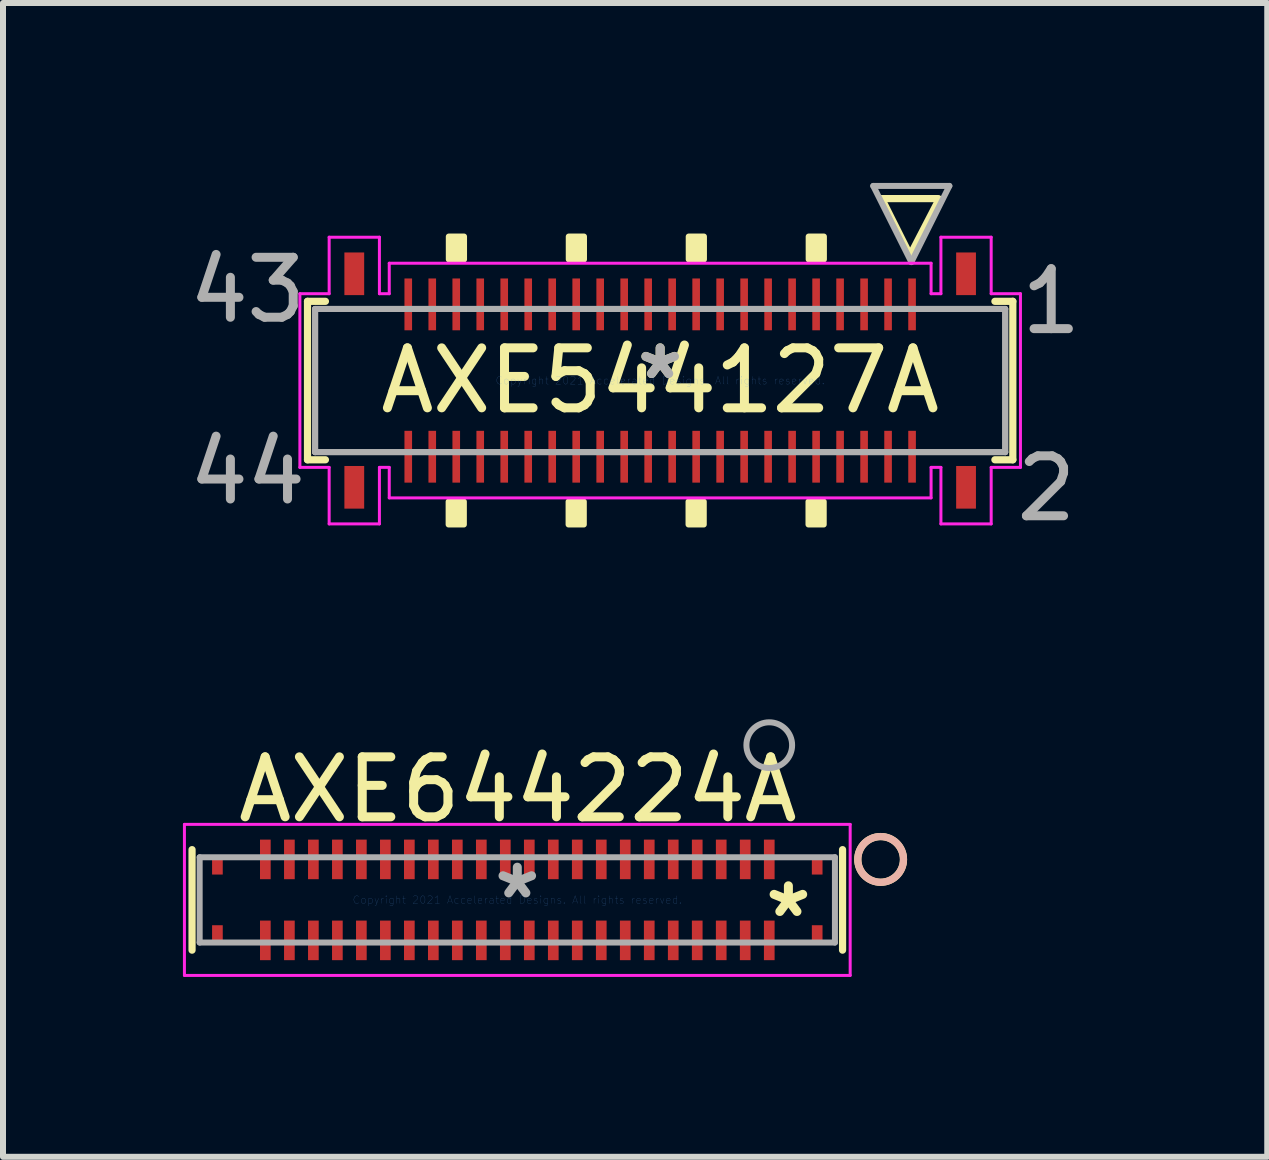
<source format=kicad_pcb>
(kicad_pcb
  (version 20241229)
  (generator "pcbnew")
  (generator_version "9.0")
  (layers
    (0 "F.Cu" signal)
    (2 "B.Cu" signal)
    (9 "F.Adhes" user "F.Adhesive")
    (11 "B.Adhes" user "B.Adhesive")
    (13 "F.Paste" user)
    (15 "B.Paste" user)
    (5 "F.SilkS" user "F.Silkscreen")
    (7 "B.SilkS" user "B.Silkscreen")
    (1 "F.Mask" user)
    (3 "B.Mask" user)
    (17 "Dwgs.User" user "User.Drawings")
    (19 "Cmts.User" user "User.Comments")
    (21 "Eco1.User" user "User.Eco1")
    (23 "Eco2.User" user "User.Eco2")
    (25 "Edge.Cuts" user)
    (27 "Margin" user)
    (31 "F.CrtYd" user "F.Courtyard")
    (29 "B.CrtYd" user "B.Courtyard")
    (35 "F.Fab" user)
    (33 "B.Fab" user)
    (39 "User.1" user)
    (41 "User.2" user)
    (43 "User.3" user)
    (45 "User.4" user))
  (footprint "AXE544127A"
    (layer "F.Cu")
    (at 7.957 3.295)
    (property "Reference" "AXE544127A" (at 0 0 0) (layer "F.SilkS") (effects (font (size 1 1) (thickness 0.15))))
    (attr through_hole)
    (fp_line (start -5.88 -1.321) (end -5.88 1.321) (stroke (width 0.12) (type solid)) (layer "F.SilkS"))
    (fp_line (start -5.88 1.321) (end -5.581 1.321) (stroke (width 0.12) (type solid)) (layer "F.SilkS"))
    (fp_line (start -5.581 -1.321) (end -5.88 -1.321) (stroke (width 0.12) (type solid)) (layer "F.SilkS"))
    (fp_line (start 3.692 -3.034) (end 4.167 -2.087) (stroke (width 0.12) (type solid)) (layer "F.SilkS"))
    (fp_line (start 4.167 -2.087) (end 4.652 -3.024) (stroke (width 0.12) (type solid)) (layer "F.SilkS"))
    (fp_line (start 4.632 -3.034) (end 3.692 -3.034) (stroke (width 0.12) (type solid)) (layer "F.SilkS"))
    (fp_line (start 5.581 1.321) (end 5.88 1.321) (stroke (width 0.12) (type solid)) (layer "F.SilkS"))
    (fp_line (start 5.88 -1.321) (end 5.581 -1.321) (stroke (width 0.12) (type solid)) (layer "F.SilkS"))
    (fp_line (start 5.88 1.321) (end 5.88 -1.321) (stroke (width 0.12) (type solid)) (layer "F.SilkS"))
    (fp_poly (pts (xy -3.527 2.019) (xy -3.527 2.4) (xy -3.273 2.4) (xy -3.273 2.019)) (stroke (width 0.1) (type solid)) (fill yes) (layer "F.SilkS"))
    (fp_poly (pts (xy -3.524 -2.401) (xy -3.524 -2.02) (xy -3.27 -2.02) (xy -3.27 -2.401)) (stroke (width 0.1) (type solid)) (fill yes) (layer "F.SilkS"))
    (fp_poly (pts (xy -1.527 2.019) (xy -1.527 2.4) (xy -1.273 2.4) (xy -1.273 2.019)) (stroke (width 0.1) (type solid)) (fill yes) (layer "F.SilkS"))
    (fp_poly (pts (xy -1.524 -2.401) (xy -1.524 -2.02) (xy -1.27 -2.02) (xy -1.27 -2.401)) (stroke (width 0.1) (type solid)) (fill yes) (layer "F.SilkS"))
    (fp_poly (pts (xy 0.473 2.019) (xy 0.473 2.4) (xy 0.727 2.4) (xy 0.727 2.019)) (stroke (width 0.1) (type solid)) (fill yes) (layer "F.SilkS"))
    (fp_poly (pts (xy 0.476 -2.401) (xy 0.476 -2.02) (xy 0.73 -2.02) (xy 0.73 -2.401)) (stroke (width 0.1) (type solid)) (fill yes) (layer "F.SilkS"))
    (fp_poly (pts (xy 2.473 2.019) (xy 2.473 2.4) (xy 2.727 2.4) (xy 2.727 2.019)) (stroke (width 0.1) (type solid)) (fill yes) (layer "F.SilkS"))
    (fp_poly (pts (xy 2.476 -2.401) (xy 2.476 -2.02) (xy 2.73 -2.02) (xy 2.73 -2.401)) (stroke (width 0.1) (type solid)) (fill yes) (layer "F.SilkS"))
    (fp_line (start -6.007 -1.448) (end -6.007 1.448) (stroke (width 0.05) (type solid)) (layer "F.CrtYd"))
    (fp_line (start -6.007 1.448) (end -5.519 1.448) (stroke (width 0.05) (type solid)) (layer "F.CrtYd"))
    (fp_line (start -5.519 -2.39) (end -5.519 -1.448) (stroke (width 0.05) (type solid)) (layer "F.CrtYd"))
    (fp_line (start -5.519 -1.448) (end -6.007 -1.448) (stroke (width 0.05) (type solid)) (layer "F.CrtYd"))
    (fp_line (start -5.519 1.448) (end -5.519 2.39) (stroke (width 0.05) (type solid)) (layer "F.CrtYd"))
    (fp_line (start -5.519 2.39) (end -4.681 2.39) (stroke (width 0.05) (type solid)) (layer "F.CrtYd"))
    (fp_line (start -4.681 -2.39) (end -5.519 -2.39) (stroke (width 0.05) (type solid)) (layer "F.CrtYd"))
    (fp_line (start -4.681 -1.448) (end -4.681 -2.39) (stroke (width 0.05) (type solid)) (layer "F.CrtYd"))
    (fp_line (start -4.681 1.448) (end -4.517 1.448) (stroke (width 0.05) (type solid)) (layer "F.CrtYd"))
    (fp_line (start -4.681 2.39) (end -4.681 1.448) (stroke (width 0.05) (type solid)) (layer "F.CrtYd"))
    (fp_line (start -4.517 -1.956) (end -4.517 -1.448) (stroke (width 0.05) (type solid)) (layer "F.CrtYd"))
    (fp_line (start -4.517 -1.448) (end -4.681 -1.448) (stroke (width 0.05) (type solid)) (layer "F.CrtYd"))
    (fp_line (start -4.517 1.448) (end -4.517 1.956) (stroke (width 0.05) (type solid)) (layer "F.CrtYd"))
    (fp_line (start -4.517 1.956) (end 4.517 1.956) (stroke (width 0.05) (type solid)) (layer "F.CrtYd"))
    (fp_line (start 4.517 -1.956) (end -4.517 -1.956) (stroke (width 0.05) (type solid)) (layer "F.CrtYd"))
    (fp_line (start 4.517 -1.448) (end 4.517 -1.956) (stroke (width 0.05) (type solid)) (layer "F.CrtYd"))
    (fp_line (start 4.517 1.448) (end 4.681 1.448) (stroke (width 0.05) (type solid)) (layer "F.CrtYd"))
    (fp_line (start 4.517 1.956) (end 4.517 1.448) (stroke (width 0.05) (type solid)) (layer "F.CrtYd"))
    (fp_line (start 4.681 -2.39) (end 4.681 -1.448) (stroke (width 0.05) (type solid)) (layer "F.CrtYd"))
    (fp_line (start 4.681 -1.448) (end 4.517 -1.448) (stroke (width 0.05) (type solid)) (layer "F.CrtYd"))
    (fp_line (start 4.681 1.448) (end 4.681 2.39) (stroke (width 0.05) (type solid)) (layer "F.CrtYd"))
    (fp_line (start 4.681 2.39) (end 5.519 2.39) (stroke (width 0.05) (type solid)) (layer "F.CrtYd"))
    (fp_line (start 5.519 -2.39) (end 4.681 -2.39) (stroke (width 0.05) (type solid)) (layer "F.CrtYd"))
    (fp_line (start 5.519 -1.448) (end 5.519 -2.39) (stroke (width 0.05) (type solid)) (layer "F.CrtYd"))
    (fp_line (start 5.519 1.448) (end 6.007 1.448) (stroke (width 0.05) (type solid)) (layer "F.CrtYd"))
    (fp_line (start 5.519 2.39) (end 5.519 1.448) (stroke (width 0.05) (type solid)) (layer "F.CrtYd"))
    (fp_line (start 6.007 -1.448) (end 5.519 -1.448) (stroke (width 0.05) (type solid)) (layer "F.CrtYd"))
    (fp_line (start 6.007 1.448) (end 6.007 -1.448) (stroke (width 0.05) (type solid)) (layer "F.CrtYd"))
    (fp_line (start -5.753 -1.194) (end -5.753 1.194) (stroke (width 0.1) (type solid)) (layer "F.Fab"))
    (fp_line (start -5.753 -1.194) (end -5.753 1.194) (stroke (width 0.1) (type solid)) (layer "F.Fab"))
    (fp_line (start -5.753 1.194) (end 5.753 1.194) (stroke (width 0.1) (type solid)) (layer "F.Fab"))
    (fp_line (start -5.753 1.194) (end 5.753 1.194) (stroke (width 0.1) (type solid)) (layer "F.Fab"))
    (fp_line (start 3.553 -3.245) (end 4.188 -1.975) (stroke (width 0.1) (type solid)) (layer "F.Fab"))
    (fp_line (start 4.188 -1.975) (end 4.822 -3.245) (stroke (width 0.1) (type solid)) (layer "F.Fab"))
    (fp_line (start 4.822 -3.245) (end 3.553 -3.245) (stroke (width 0.1) (type solid)) (layer "F.Fab"))
    (fp_line (start 5.753 -1.194) (end -5.753 -1.194) (stroke (width 0.1) (type solid)) (layer "F.Fab"))
    (fp_line (start 5.753 -1.194) (end -5.753 -1.194) (stroke (width 0.1) (type solid)) (layer "F.Fab"))
    (fp_line (start 5.753 1.194) (end 5.753 -1.194) (stroke (width 0.1) (type solid)) (layer "F.Fab"))
    (fp_line (start 5.753 1.194) (end 5.753 -1.194) (stroke (width 0.1) (type solid)) (layer "F.Fab"))
    (fp_text user "*" (at 0 0 0) (layer "F.SilkS") (effects (font (size 1 1) (thickness 0.15))))
    (fp_text user "Copyright 2021 Accelerated Designs. All rights reserved." (at 0 0 0) (layer "Cmts.User") (effects (font (size 0.127 0.127) (thickness 0.002))))
    (fp_text user "43" (at -6.88 -1.51 0) (layer "F.Fab") (effects (font (size 1 1) (thickness 0.15))))
    (fp_text user "44" (at -6.88 1.52 0) (layer "F.Fab") (effects (font (size 1 1) (thickness 0.15))))
    (fp_text user "2" (at 6.44 1.8 0) (layer "F.Fab") (effects (font (size 1 1) (thickness 0.15))))
    (fp_text user "*" (at 0 0 0) (layer "F.Fab") (effects (font (size 1 1) (thickness 0.15))))
    (fp_text user "1" (at 6.52 -1.32 0) (layer "F.Fab") (effects (font (size 1 1) (thickness 0.15))))
    (pad "1" smd rect (at 4.2 -1.27) (size 0.127 0.864) (layers "F.Cu" "F.Mask" "F.Paste"))
    (pad "2" smd rect (at 4.2 1.27) (size 0.127 0.864) (layers "F.Cu" "F.Mask" "F.Paste"))
    (pad "3" smd rect (at 3.8 -1.27) (size 0.127 0.864) (layers "F.Cu" "F.Mask" "F.Paste"))
    (pad "4" smd rect (at 3.8 1.27) (size 0.127 0.864) (layers "F.Cu" "F.Mask" "F.Paste"))
    (pad "5" smd rect (at 3.4 -1.27) (size 0.127 0.864) (layers "F.Cu" "F.Mask" "F.Paste"))
    (pad "6" smd rect (at 3.4 1.27) (size 0.127 0.864) (layers "F.Cu" "F.Mask" "F.Paste"))
    (pad "7" smd rect (at 3 -1.27) (size 0.127 0.864) (layers "F.Cu" "F.Mask" "F.Paste"))
    (pad "8" smd rect (at 3 1.27) (size 0.127 0.864) (layers "F.Cu" "F.Mask" "F.Paste"))
    (pad "9" smd rect (at 2.6 -1.27) (size 0.127 0.864) (layers "F.Cu" "F.Mask" "F.Paste"))
    (pad "10" smd rect (at 2.6 1.27) (size 0.127 0.864) (layers "F.Cu" "F.Mask" "F.Paste"))
    (pad "11" smd rect (at 2.2 -1.27) (size 0.127 0.864) (layers "F.Cu" "F.Mask" "F.Paste"))
    (pad "12" smd rect (at 2.2 1.27) (size 0.127 0.864) (layers "F.Cu" "F.Mask" "F.Paste"))
    (pad "13" smd rect (at 1.8 -1.27) (size 0.127 0.864) (layers "F.Cu" "F.Mask" "F.Paste"))
    (pad "14" smd rect (at 1.8 1.27) (size 0.127 0.864) (layers "F.Cu" "F.Mask" "F.Paste"))
    (pad "15" smd rect (at 1.4 -1.27) (size 0.127 0.864) (layers "F.Cu" "F.Mask" "F.Paste"))
    (pad "16" smd rect (at 1.4 1.27) (size 0.127 0.864) (layers "F.Cu" "F.Mask" "F.Paste"))
    (pad "17" smd rect (at 1 -1.27) (size 0.127 0.864) (layers "F.Cu" "F.Mask" "F.Paste"))
    (pad "18" smd rect (at 1 1.27) (size 0.127 0.864) (layers "F.Cu" "F.Mask" "F.Paste"))
    (pad "19" smd rect (at 0.6 -1.27) (size 0.127 0.864) (layers "F.Cu" "F.Mask" "F.Paste"))
    (pad "20" smd rect (at 0.6 1.27) (size 0.127 0.864) (layers "F.Cu" "F.Mask" "F.Paste"))
    (pad "21" smd rect (at 0.2 -1.27) (size 0.127 0.864) (layers "F.Cu" "F.Mask" "F.Paste"))
    (pad "22" smd rect (at 0.2 1.27) (size 0.127 0.864) (layers "F.Cu" "F.Mask" "F.Paste"))
    (pad "23" smd rect (at -0.2 -1.27) (size 0.127 0.864) (layers "F.Cu" "F.Mask" "F.Paste"))
    (pad "24" smd rect (at -0.2 1.27) (size 0.127 0.864) (layers "F.Cu" "F.Mask" "F.Paste"))
    (pad "25" smd rect (at -0.6 -1.27) (size 0.127 0.864) (layers "F.Cu" "F.Mask" "F.Paste"))
    (pad "26" smd rect (at -0.6 1.27) (size 0.127 0.864) (layers "F.Cu" "F.Mask" "F.Paste"))
    (pad "27" smd rect (at -1 -1.27) (size 0.127 0.864) (layers "F.Cu" "F.Mask" "F.Paste"))
    (pad "28" smd rect (at -1 1.27) (size 0.127 0.864) (layers "F.Cu" "F.Mask" "F.Paste"))
    (pad "29" smd rect (at -1.4 -1.27) (size 0.127 0.864) (layers "F.Cu" "F.Mask" "F.Paste"))
    (pad "30" smd rect (at -1.4 1.27) (size 0.127 0.864) (layers "F.Cu" "F.Mask" "F.Paste"))
    (pad "31" smd rect (at -1.8 -1.27) (size 0.127 0.864) (layers "F.Cu" "F.Mask" "F.Paste"))
    (pad "32" smd rect (at -1.8 1.27) (size 0.127 0.864) (layers "F.Cu" "F.Mask" "F.Paste"))
    (pad "33" smd rect (at -2.2 -1.27) (size 0.127 0.864) (layers "F.Cu" "F.Mask" "F.Paste"))
    (pad "34" smd rect (at -2.2 1.27) (size 0.127 0.864) (layers "F.Cu" "F.Mask" "F.Paste"))
    (pad "35" smd rect (at -2.6 -1.27) (size 0.127 0.864) (layers "F.Cu" "F.Mask" "F.Paste"))
    (pad "36" smd rect (at -2.6 1.27) (size 0.127 0.864) (layers "F.Cu" "F.Mask" "F.Paste"))
    (pad "37" smd rect (at -3 -1.27) (size 0.127 0.864) (layers "F.Cu" "F.Mask" "F.Paste"))
    (pad "38" smd rect (at -3 1.27) (size 0.127 0.864) (layers "F.Cu" "F.Mask" "F.Paste"))
    (pad "39" smd rect (at -3.4 -1.27) (size 0.127 0.864) (layers "F.Cu" "F.Mask" "F.Paste"))
    (pad "40" smd rect (at -3.4 1.27) (size 0.127 0.864) (layers "F.Cu" "F.Mask" "F.Paste"))
    (pad "41" smd rect (at -3.8 -1.27) (size 0.127 0.864) (layers "F.Cu" "F.Mask" "F.Paste"))
    (pad "42" smd rect (at -3.8 1.27) (size 0.127 0.864) (layers "F.Cu" "F.Mask" "F.Paste"))
    (pad "43" smd rect (at -4.2 -1.27) (size 0.127 0.864) (layers "F.Cu" "F.Mask" "F.Paste"))
    (pad "44" smd rect (at -4.2 1.27) (size 0.127 0.864) (layers "F.Cu" "F.Mask" "F.Paste"))
    (pad "45" smd rect (at -5.1 -1.78) (size 0.33 0.711) (layers "F.Cu" "F.Mask" "F.Paste"))
    (pad "46" smd rect (at 5.1 -1.78) (size 0.33 0.711) (layers "F.Cu" "F.Mask" "F.Paste"))
    (pad "47" smd rect (at -5.1 1.78) (size 0.33 0.711) (layers "F.Cu" "F.Mask" "F.Paste"))
    (pad "48" smd rect (at 5.1 1.78) (size 0.33 0.711) (layers "F.Cu" "F.Mask" "F.Paste")))
  (footprint "AXE644224A"
    (layer "F.Cu")
    (at 5.575 11.954)
    (property "Reference" "AXE644224A" (at 0.01 -1.84 0) (layer "F.SilkS") (effects (font (size 1 1) (thickness 0.15))))
    (attr through_hole)
    (fp_line (start -5.423 -0.838) (end -5.423 0.838) (stroke (width 0.12) (type solid)) (layer "F.SilkS"))
    (fp_line (start 5.423 0.838) (end 5.423 -0.838) (stroke (width 0.12) (type solid)) (layer "F.SilkS"))
    (fp_circle (center 6.058 -0.675) (end 6.439 -0.675) (stroke (width 0.12) (type solid)) (fill no) (layer "F.SilkS"))
    (fp_circle (center 6.058 -0.675) (end 6.439 -0.675) (stroke (width 0.12) (type solid)) (fill no) (layer "B.SilkS"))
    (fp_line (start -5.55 -1.259) (end -5.55 1.259) (stroke (width 0.05) (type solid)) (layer "F.CrtYd"))
    (fp_line (start -5.55 1.259) (end 5.55 1.259) (stroke (width 0.05) (type solid)) (layer "F.CrtYd"))
    (fp_line (start 5.55 -1.259) (end -5.55 -1.259) (stroke (width 0.05) (type solid)) (layer "F.CrtYd"))
    (fp_line (start 5.55 1.259) (end 5.55 -1.259) (stroke (width 0.05) (type solid)) (layer "F.CrtYd"))
    (fp_line (start -5.296 -0.711) (end -5.296 0.711) (stroke (width 0.1) (type solid)) (layer "F.Fab"))
    (fp_line (start -5.296 0.711) (end 5.296 0.711) (stroke (width 0.1) (type solid)) (layer "F.Fab"))
    (fp_line (start 5.296 -0.711) (end -5.296 -0.711) (stroke (width 0.1) (type solid)) (layer "F.Fab"))
    (fp_line (start 5.296 0.711) (end 5.296 -0.711) (stroke (width 0.1) (type solid)) (layer "F.Fab"))
    (fp_circle (center 4.201 -2.58) (end 4.582 -2.58) (stroke (width 0.1) (type solid)) (fill no) (layer "F.Fab"))
    (fp_text user "*" (at 4.52 0.31 0) (layer "F.SilkS") (effects (font (size 1 1) (thickness 0.15))))
    (fp_text user "Copyright 2021 Accelerated Designs. All rights reserved." (at 0 0 0) (layer "Cmts.User") (effects (font (size 0.127 0.127) (thickness 0.002))))
    (fp_text user "*" (at 0 0 0) (layer "F.Fab") (effects (font (size 1 1) (thickness 0.15))))
    (pad "1" smd rect (at 4.201 -0.675) (size 0.178 0.66) (layers "F.Cu" "F.Mask" "F.Paste"))
    (pad "2" smd rect (at 4.201 0.675) (size 0.178 0.66) (layers "F.Cu" "F.Mask" "F.Paste"))
    (pad "3" smd rect (at 3.8 -0.675) (size 0.178 0.66) (layers "F.Cu" "F.Mask" "F.Paste"))
    (pad "4" smd rect (at 3.8 0.675) (size 0.178 0.66) (layers "F.Cu" "F.Mask" "F.Paste"))
    (pad "5" smd rect (at 3.4 -0.675) (size 0.178 0.66) (layers "F.Cu" "F.Mask" "F.Paste"))
    (pad "6" smd rect (at 3.4 0.675) (size 0.178 0.66) (layers "F.Cu" "F.Mask" "F.Paste"))
    (pad "7" smd rect (at 3 -0.675) (size 0.178 0.66) (layers "F.Cu" "F.Mask" "F.Paste"))
    (pad "8" smd rect (at 3 0.675) (size 0.178 0.66) (layers "F.Cu" "F.Mask" "F.Paste"))
    (pad "9" smd rect (at 2.6 -0.675) (size 0.178 0.66) (layers "F.Cu" "F.Mask" "F.Paste"))
    (pad "10" smd rect (at 2.6 0.675) (size 0.178 0.66) (layers "F.Cu" "F.Mask" "F.Paste"))
    (pad "11" smd rect (at 2.2 -0.675) (size 0.178 0.66) (layers "F.Cu" "F.Mask" "F.Paste"))
    (pad "12" smd rect (at 2.2 0.675) (size 0.178 0.66) (layers "F.Cu" "F.Mask" "F.Paste"))
    (pad "13" smd rect (at 1.8 -0.675) (size 0.178 0.66) (layers "F.Cu" "F.Mask" "F.Paste"))
    (pad "14" smd rect (at 1.8 0.675) (size 0.178 0.66) (layers "F.Cu" "F.Mask" "F.Paste"))
    (pad "15" smd rect (at 1.4 -0.675) (size 0.178 0.66) (layers "F.Cu" "F.Mask" "F.Paste"))
    (pad "16" smd rect (at 1.4 0.675) (size 0.178 0.66) (layers "F.Cu" "F.Mask" "F.Paste"))
    (pad "17" smd rect (at 1 -0.675) (size 0.178 0.66) (layers "F.Cu" "F.Mask" "F.Paste"))
    (pad "18" smd rect (at 1 0.675) (size 0.178 0.66) (layers "F.Cu" "F.Mask" "F.Paste"))
    (pad "19" smd rect (at 0.6 -0.675) (size 0.178 0.66) (layers "F.Cu" "F.Mask" "F.Paste"))
    (pad "20" smd rect (at 0.6 0.675) (size 0.178 0.66) (layers "F.Cu" "F.Mask" "F.Paste"))
    (pad "21" smd rect (at 0.2 -0.675) (size 0.178 0.66) (layers "F.Cu" "F.Mask" "F.Paste"))
    (pad "22" smd rect (at 0.2 0.675) (size 0.178 0.66) (layers "F.Cu" "F.Mask" "F.Paste"))
    (pad "23" smd rect (at -0.2 -0.675) (size 0.178 0.66) (layers "F.Cu" "F.Mask" "F.Paste"))
    (pad "24" smd rect (at -0.2 0.675) (size 0.178 0.66) (layers "F.Cu" "F.Mask" "F.Paste"))
    (pad "25" smd rect (at -0.6 -0.675) (size 0.178 0.66) (layers "F.Cu" "F.Mask" "F.Paste"))
    (pad "26" smd rect (at -0.6 0.675) (size 0.178 0.66) (layers "F.Cu" "F.Mask" "F.Paste"))
    (pad "27" smd rect (at -1 -0.675) (size 0.178 0.66) (layers "F.Cu" "F.Mask" "F.Paste"))
    (pad "28" smd rect (at -1 0.675) (size 0.178 0.66) (layers "F.Cu" "F.Mask" "F.Paste"))
    (pad "29" smd rect (at -1.4 -0.675) (size 0.178 0.66) (layers "F.Cu" "F.Mask" "F.Paste"))
    (pad "30" smd rect (at -1.4 0.675) (size 0.178 0.66) (layers "F.Cu" "F.Mask" "F.Paste"))
    (pad "31" smd rect (at -1.8 -0.675) (size 0.178 0.66) (layers "F.Cu" "F.Mask" "F.Paste"))
    (pad "32" smd rect (at -1.8 0.675) (size 0.178 0.66) (layers "F.Cu" "F.Mask" "F.Paste"))
    (pad "33" smd rect (at -2.2 -0.675) (size 0.178 0.66) (layers "F.Cu" "F.Mask" "F.Paste"))
    (pad "34" smd rect (at -2.2 0.675) (size 0.178 0.66) (layers "F.Cu" "F.Mask" "F.Paste"))
    (pad "35" smd rect (at -2.6 -0.675) (size 0.178 0.66) (layers "F.Cu" "F.Mask" "F.Paste"))
    (pad "36" smd rect (at -2.6 0.675) (size 0.178 0.66) (layers "F.Cu" "F.Mask" "F.Paste"))
    (pad "37" smd rect (at -3 -0.675) (size 0.178 0.66) (layers "F.Cu" "F.Mask" "F.Paste"))
    (pad "38" smd rect (at -3 0.675) (size 0.178 0.66) (layers "F.Cu" "F.Mask" "F.Paste"))
    (pad "39" smd rect (at -3.4 -0.675) (size 0.178 0.66) (layers "F.Cu" "F.Mask" "F.Paste"))
    (pad "40" smd rect (at -3.4 0.675) (size 0.178 0.66) (layers "F.Cu" "F.Mask" "F.Paste"))
    (pad "41" smd rect (at -3.8 -0.675) (size 0.178 0.66) (layers "F.Cu" "F.Mask" "F.Paste"))
    (pad "42" smd rect (at -3.8 0.675) (size 0.178 0.66) (layers "F.Cu" "F.Mask" "F.Paste"))
    (pad "43" smd rect (at -4.201 -0.675) (size 0.178 0.66) (layers "F.Cu" "F.Mask" "F.Paste"))
    (pad "44" smd rect (at -4.201 0.675) (size 0.178 0.66) (layers "F.Cu" "F.Mask" "F.Paste"))
    (pad "45" smd rect (at -5 -0.575) (size 0.178 0.305) (layers "F.Cu" "F.Mask" "F.Paste"))
    (pad "46" smd rect (at 5 -0.575) (size 0.178 0.305) (layers "F.Cu" "F.Mask" "F.Paste"))
    (pad "47" smd rect (at -5 0.575) (size 0.178 0.305) (layers "F.Cu" "F.Mask" "F.Paste"))
    (pad "48" smd rect (at 5 0.575) (size 0.178 0.305) (layers "F.Cu" "F.Mask" "F.Paste")))
  (gr_rect
    (start -3 -3)
    (end 18.079 16.238)
    (stroke (width 0.1) (type default))
    (fill no)
    (layer "Edge.Cuts")))
</source>
